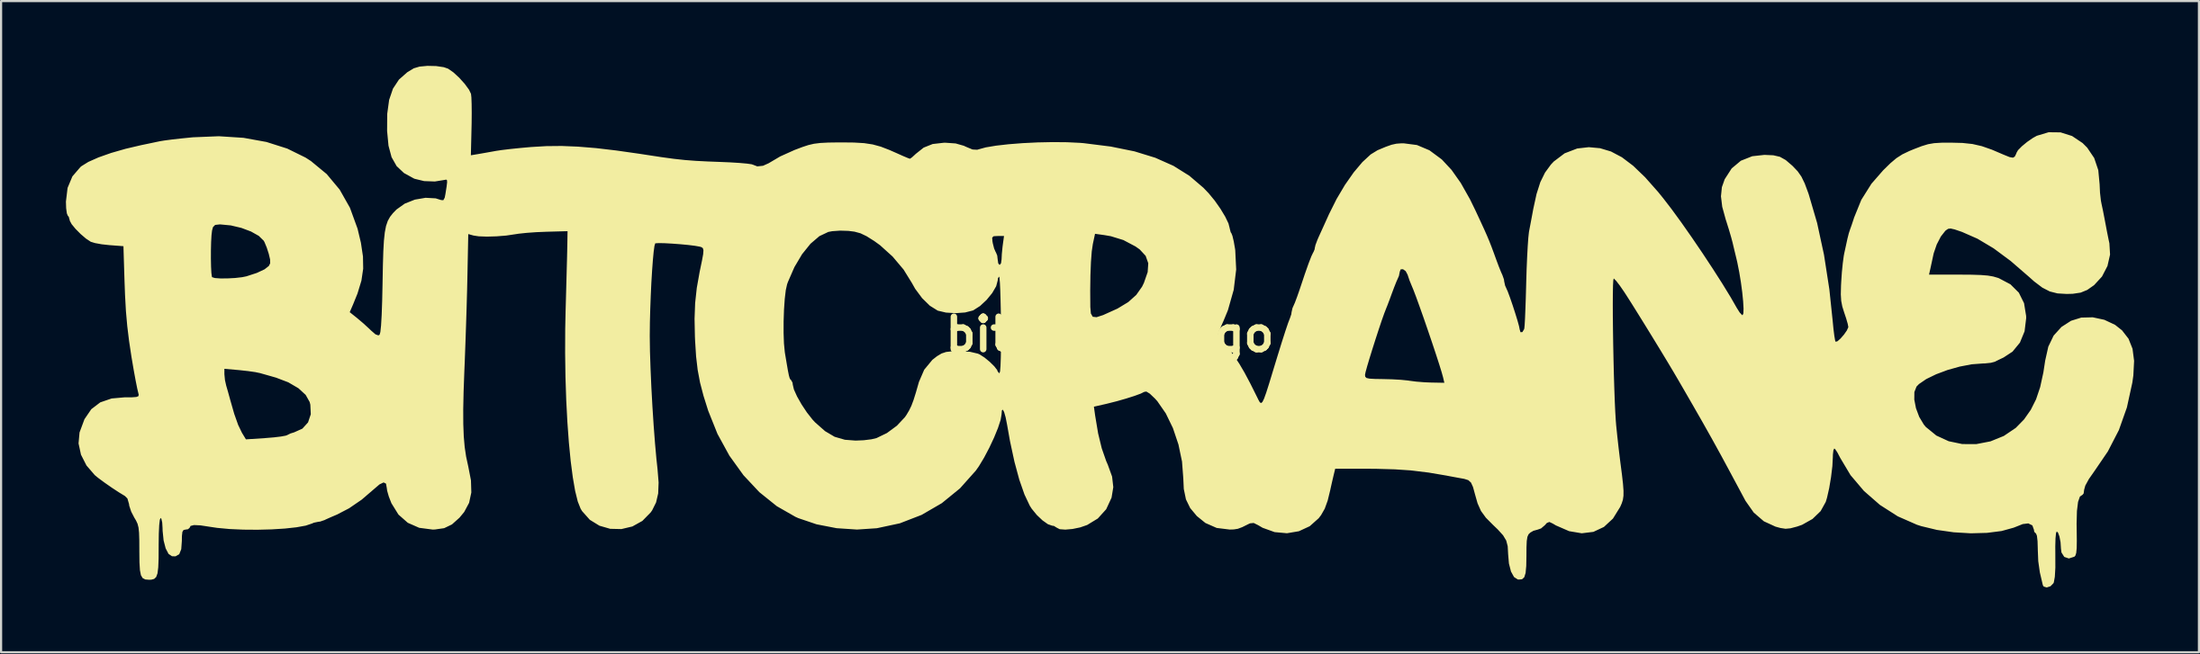
<source format=kicad_pcb>
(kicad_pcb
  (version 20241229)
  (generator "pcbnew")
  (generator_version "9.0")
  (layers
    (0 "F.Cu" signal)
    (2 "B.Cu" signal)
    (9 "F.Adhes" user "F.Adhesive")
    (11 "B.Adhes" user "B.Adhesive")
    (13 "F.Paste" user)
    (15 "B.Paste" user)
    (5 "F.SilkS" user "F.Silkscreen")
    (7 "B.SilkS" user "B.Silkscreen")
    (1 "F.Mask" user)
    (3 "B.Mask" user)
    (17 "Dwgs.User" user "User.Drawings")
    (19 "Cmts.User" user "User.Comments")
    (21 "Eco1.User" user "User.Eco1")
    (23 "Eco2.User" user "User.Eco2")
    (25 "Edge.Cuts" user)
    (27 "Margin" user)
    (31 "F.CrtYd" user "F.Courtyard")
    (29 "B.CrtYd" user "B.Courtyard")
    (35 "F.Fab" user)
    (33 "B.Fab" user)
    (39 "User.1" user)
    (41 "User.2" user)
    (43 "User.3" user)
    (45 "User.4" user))
  (footprint "bitcrane_logo"
    (layer "F.Cu")
    (at 48.293 12.441)
    (property "Reference" "bitcrane_logo" (at 0 0 0) (layer "F.SilkS") (effects (font (size 1.5 1.5) (thickness 0.3))))
    (attr board_only exclude_from_pos_files exclude_from_bom)
    (fp_poly (pts (xy -31.169 -12.432) (xy -30.813 -12.38) (xy -30.614 -12.311) (xy -30.372 -12.143) (xy -30.1 -11.893) (xy -29.843 -11.607) (xy -29.645 -11.336) (xy -29.553 -11.145) (xy -29.535 -10.977) (xy -29.524 -10.67) (xy -29.52 -10.261) (xy -29.524 -9.79) (xy -29.528 -9.61) (xy -29.559 -8.3) (xy -29.201 -8.36) (xy -28.886 -8.415) (xy -28.521 -8.48) (xy -28.396 -8.503) (xy -28.133 -8.542) (xy -27.744 -8.589) (xy -27.279 -8.637) (xy -26.79 -8.681) (xy -26.764 -8.683) (xy -26.067 -8.724) (xy -25.355 -8.731) (xy -24.6 -8.7) (xy -23.77 -8.632) (xy -22.835 -8.522) (xy -21.766 -8.37) (xy -21.42 -8.317) (xy -20.738 -8.213) (xy -20.172 -8.136) (xy -19.666 -8.081) (xy -19.161 -8.042) (xy -18.598 -8.013) (xy -18.066 -7.993) (xy -17.567 -7.972) (xy -17.13 -7.945) (xy -16.786 -7.914) (xy -16.567 -7.883) (xy -16.506 -7.862) (xy -16.31 -7.786) (xy -16.043 -7.814) (xy -15.771 -7.937) (xy -15.755 -7.948) (xy -15.25 -8.246) (xy -14.585 -8.545) (xy -14.22 -8.683) (xy -13.949 -8.772) (xy -13.689 -8.833) (xy -13.394 -8.87) (xy -13.018 -8.889) (xy -12.515 -8.896) (xy -12.432 -8.896) (xy -11.835 -8.89) (xy -11.365 -8.862) (xy -10.97 -8.802) (xy -10.596 -8.7) (xy -10.194 -8.545) (xy -9.856 -8.396) (xy -9.57 -8.268) (xy -9.352 -8.176) (xy -9.25 -8.139) (xy -9.249 -8.139) (xy -9.162 -8.196) (xy -9.008 -8.335) (xy -8.981 -8.362) (xy -8.612 -8.655) (xy -8.196 -8.821) (xy -7.682 -8.88) (xy -7.603 -8.881) (xy -7.132 -8.848) (xy -6.756 -8.741) (xy -6.644 -8.689) (xy -6.351 -8.568) (xy -6.135 -8.556) (xy -6.063 -8.577) (xy -5.737 -8.666) (xy -5.266 -8.745) (xy -4.687 -8.811) (xy -4.033 -8.862) (xy -3.34 -8.896) (xy -2.643 -8.91) (xy -1.976 -8.904) (xy -1.373 -8.875) (xy -1.207 -8.861) (xy 0.044 -8.704) (xy 1.142 -8.481) (xy 2.104 -8.185) (xy 2.946 -7.81) (xy 3.682 -7.349) (xy 4.33 -6.795) (xy 4.572 -6.542) (xy 4.855 -6.198) (xy 5.118 -5.823) (xy 5.338 -5.458) (xy 5.489 -5.144) (xy 5.546 -4.921) (xy 5.546 -4.915) (xy 5.592 -4.737) (xy 5.624 -4.691) (xy 5.673 -4.567) (xy 5.733 -4.315) (xy 5.791 -3.984) (xy 5.802 -3.912) (xy 5.846 -3.01) (xy 5.732 -2.071) (xy 5.464 -1.126) (xy 5.266 -0.644) (xy 5.137 -0.354) (xy 5.045 -0.13) (xy 5.009 -0.019) (xy 5.009 -0.018) (xy 5.062 0.075) (xy 5.202 0.272) (xy 5.405 0.54) (xy 5.524 0.691) (xy 5.763 1.008) (xy 5.992 1.356) (xy 6.233 1.767) (xy 6.502 2.274) (xy 6.818 2.908) (xy 6.878 3.031) (xy 6.939 3.138) (xy 6.996 3.176) (xy 7.059 3.127) (xy 7.135 2.972) (xy 7.235 2.695) (xy 7.368 2.277) (xy 7.492 1.871) (xy 11.806 1.871) (xy 11.818 1.958) (xy 11.876 2.014) (xy 12.014 2.044) (xy 12.265 2.058) (xy 12.633 2.064) (xy 13.057 2.075) (xy 13.464 2.098) (xy 13.786 2.13) (xy 13.863 2.142) (xy 14.174 2.182) (xy 14.566 2.213) (xy 14.871 2.225) (xy 15.476 2.236) (xy 15.419 1.99) (xy 15.352 1.748) (xy 15.236 1.372) (xy 15.082 0.897) (xy 14.903 0.359) (xy 14.71 -0.209) (xy 14.516 -0.772) (xy 14.331 -1.294) (xy 14.169 -1.742) (xy 14.04 -2.08) (xy 13.977 -2.231) (xy 13.865 -2.504) (xy 13.781 -2.753) (xy 13.777 -2.767) (xy 13.689 -2.933) (xy 13.564 -3.023) (xy 13.456 -3.017) (xy 13.415 -2.912) (xy 13.375 -2.712) (xy 13.333 -2.615) (xy 13.26 -2.451) (xy 13.153 -2.182) (xy 13.056 -1.923) (xy 12.941 -1.61) (xy 12.84 -1.344) (xy 12.785 -1.207) (xy 12.698 -0.983) (xy 12.579 -0.648) (xy 12.441 -0.236) (xy 12.293 0.218) (xy 12.147 0.677) (xy 12.014 1.107) (xy 11.905 1.473) (xy 11.832 1.739) (xy 11.806 1.871) (xy 7.492 1.871) (xy 7.503 1.833) (xy 7.748 1.029) (xy 7.954 0.364) (xy 8.12 -0.154) (xy 8.242 -0.517) (xy 8.318 -0.717) (xy 8.327 -0.737) (xy 8.396 -0.939) (xy 8.407 -1.029) (xy 8.45 -1.221) (xy 8.494 -1.32) (xy 8.563 -1.477) (xy 8.666 -1.751) (xy 8.783 -2.086) (xy 8.803 -2.146) (xy 9.018 -2.789) (xy 9.192 -3.283) (xy 9.323 -3.621) (xy 9.407 -3.797) (xy 9.421 -3.816) (xy 9.477 -3.951) (xy 9.48 -3.996) (xy 9.515 -4.146) (xy 9.604 -4.383) (xy 9.652 -4.495) (xy 9.773 -4.761) (xy 9.936 -5.12) (xy 10.109 -5.503) (xy 10.14 -5.572) (xy 10.491 -6.275) (xy 10.877 -6.927) (xy 11.281 -7.505) (xy 11.684 -7.984) (xy 12.068 -8.339) (xy 12.386 -8.534) (xy 12.762 -8.691) (xy 13.033 -8.787) (xy 13.253 -8.836) (xy 13.479 -8.853) (xy 13.594 -8.854) (xy 14.208 -8.775) (xy 14.786 -8.531) (xy 15.347 -8.116) (xy 15.371 -8.094) (xy 15.81 -7.622) (xy 16.236 -7.018) (xy 16.661 -6.265) (xy 16.918 -5.738) (xy 17.148 -5.243) (xy 17.32 -4.869) (xy 17.45 -4.576) (xy 17.557 -4.321) (xy 17.658 -4.063) (xy 17.77 -3.762) (xy 17.886 -3.443) (xy 18.001 -3.135) (xy 18.105 -2.879) (xy 18.163 -2.751) (xy 18.234 -2.55) (xy 18.245 -2.46) (xy 18.287 -2.267) (xy 18.331 -2.168) (xy 18.408 -1.995) (xy 18.514 -1.709) (xy 18.635 -1.358) (xy 18.755 -0.987) (xy 18.86 -0.646) (xy 18.933 -0.379) (xy 18.961 -0.235) (xy 19 -0.105) (xy 19.086 -0.112) (xy 19.165 -0.243) (xy 19.177 -0.291) (xy 19.191 -0.438) (xy 19.208 -0.734) (xy 19.225 -1.15) (xy 19.243 -1.656) (xy 19.259 -2.222) (xy 19.264 -2.415) (xy 19.282 -3.015) (xy 19.306 -3.582) (xy 19.333 -4.083) (xy 19.361 -4.482) (xy 19.39 -4.745) (xy 19.397 -4.785) (xy 19.462 -5.126) (xy 19.539 -5.536) (xy 19.59 -5.813) (xy 19.741 -6.506) (xy 19.916 -7.055) (xy 20.133 -7.497) (xy 20.405 -7.869) (xy 20.538 -8.011) (xy 21.04 -8.39) (xy 21.622 -8.614) (xy 22.159 -8.675) (xy 22.681 -8.627) (xy 23.186 -8.475) (xy 23.691 -8.208) (xy 24.211 -7.814) (xy 24.764 -7.282) (xy 25.365 -6.602) (xy 25.602 -6.31) (xy 25.99 -5.806) (xy 26.438 -5.191) (xy 26.921 -4.501) (xy 27.416 -3.773) (xy 27.897 -3.043) (xy 28.342 -2.347) (xy 28.724 -1.722) (xy 29.006 -1.23) (xy 29.137 -1.023) (xy 29.246 -0.905) (xy 29.272 -0.894) (xy 29.31 -0.977) (xy 29.318 -1.202) (xy 29.299 -1.538) (xy 29.258 -1.951) (xy 29.197 -2.409) (xy 29.12 -2.88) (xy 29.031 -3.33) (xy 28.984 -3.533) (xy 28.901 -3.875) (xy 28.818 -4.225) (xy 28.813 -4.248) (xy 28.744 -4.507) (xy 28.639 -4.865) (xy 28.517 -5.253) (xy 28.495 -5.32) (xy 28.332 -5.913) (xy 28.273 -6.4) (xy 28.316 -6.823) (xy 28.445 -7.189) (xy 28.768 -7.691) (xy 29.193 -8.047) (xy 29.72 -8.256) (xy 30.283 -8.318) (xy 30.695 -8.3) (xy 31 -8.23) (xy 31.269 -8.079) (xy 31.572 -7.819) (xy 31.599 -7.793) (xy 31.823 -7.557) (xy 31.996 -7.309) (xy 32.148 -6.996) (xy 32.307 -6.568) (xy 32.336 -6.484) (xy 32.722 -5.163) (xy 33.04 -3.692) (xy 33.288 -2.089) (xy 33.44 -0.644) (xy 33.478 -0.255) (xy 33.518 0.065) (xy 33.555 0.275) (xy 33.577 0.336) (xy 33.663 0.313) (xy 33.805 0.187) (xy 33.963 0.006) (xy 34.095 -0.183) (xy 34.163 -0.332) (xy 34.165 -0.352) (xy 34.136 -0.5) (xy 34.062 -0.755) (xy 33.976 -1.011) (xy 33.887 -1.294) (xy 33.836 -1.557) (xy 33.818 -1.859) (xy 33.827 -2.258) (xy 33.837 -2.448) (xy 33.867 -2.885) (xy 33.909 -3.303) (xy 33.954 -3.638) (xy 33.976 -3.756) (xy 34.045 -4.071) (xy 34.108 -4.361) (xy 34.122 -4.427) (xy 34.187 -4.686) (xy 34.249 -4.874) (xy 34.321 -5.075) (xy 34.411 -5.346) (xy 34.431 -5.411) (xy 34.766 -6.236) (xy 35.234 -6.981) (xy 35.775 -7.602) (xy 36.113 -7.933) (xy 36.39 -8.167) (xy 36.664 -8.342) (xy 36.989 -8.498) (xy 37.198 -8.584) (xy 37.56 -8.723) (xy 37.851 -8.812) (xy 38.133 -8.861) (xy 38.471 -8.882) (xy 38.898 -8.885) (xy 39.446 -8.871) (xy 39.907 -8.822) (xy 40.34 -8.723) (xy 40.807 -8.56) (xy 41.356 -8.325) (xy 41.625 -8.216) (xy 41.781 -8.188) (xy 41.863 -8.237) (xy 41.869 -8.245) (xy 41.936 -8.379) (xy 41.944 -8.412) (xy 42.016 -8.537) (xy 42.195 -8.718) (xy 42.437 -8.918) (xy 42.699 -9.099) (xy 42.886 -9.203) (xy 43.432 -9.367) (xy 43.984 -9.361) (xy 44.517 -9.192) (xy 45.005 -8.865) (xy 45.216 -8.653) (xy 45.54 -8.173) (xy 45.729 -7.613) (xy 45.792 -6.945) (xy 45.792 -6.931) (xy 45.809 -6.565) (xy 45.851 -6.199) (xy 45.877 -6.061) (xy 45.943 -5.751) (xy 46.017 -5.371) (xy 46.06 -5.143) (xy 46.13 -4.772) (xy 46.204 -4.405) (xy 46.243 -4.223) (xy 46.274 -3.702) (xy 46.154 -3.173) (xy 45.901 -2.684) (xy 45.533 -2.284) (xy 45.528 -2.281) (xy 45.217 -2.063) (xy 44.913 -1.939) (xy 44.546 -1.885) (xy 44.264 -1.878) (xy 43.841 -1.903) (xy 43.483 -1.994) (xy 43.14 -2.171) (xy 42.764 -2.456) (xy 42.523 -2.671) (xy 41.673 -3.407) (xy 40.884 -3.992) (xy 40.139 -4.436) (xy 39.425 -4.75) (xy 39.385 -4.764) (xy 39.084 -4.866) (xy 38.9 -4.908) (xy 38.783 -4.894) (xy 38.682 -4.826) (xy 38.649 -4.797) (xy 38.445 -4.537) (xy 38.255 -4.169) (xy 38.116 -3.764) (xy 38.094 -3.667) (xy 38.027 -3.353) (xy 37.964 -3.063) (xy 37.899 -2.773) (xy 39.295 -2.773) (xy 39.868 -2.769) (xy 40.298 -2.755) (xy 40.62 -2.729) (xy 40.869 -2.686) (xy 41.082 -2.624) (xy 41.131 -2.606) (xy 41.665 -2.324) (xy 42.053 -1.938) (xy 42.295 -1.45) (xy 42.391 -0.858) (xy 42.393 -0.754) (xy 42.319 -0.147) (xy 42.104 0.376) (xy 41.761 0.794) (xy 41.348 1.065) (xy 41.113 1.177) (xy 40.941 1.263) (xy 40.758 1.311) (xy 40.485 1.339) (xy 40.383 1.342) (xy 39.875 1.38) (xy 39.319 1.486) (xy 38.756 1.644) (xy 38.227 1.842) (xy 37.773 2.063) (xy 37.435 2.294) (xy 37.32 2.412) (xy 37.221 2.665) (xy 37.217 3.015) (xy 37.295 3.414) (xy 37.445 3.815) (xy 37.657 4.169) (xy 37.752 4.283) (xy 38.238 4.68) (xy 38.81 4.943) (xy 39.437 5.074) (xy 40.091 5.075) (xy 40.742 4.949) (xy 41.359 4.698) (xy 41.912 4.325) (xy 42.294 3.934) (xy 42.606 3.489) (xy 42.85 3.003) (xy 43.04 2.439) (xy 43.188 1.76) (xy 43.273 1.207) (xy 43.417 0.563) (xy 43.663 0.051) (xy 44.026 -0.35) (xy 44.468 -0.635) (xy 44.942 -0.783) (xy 45.472 -0.796) (xy 46.009 -0.681) (xy 46.503 -0.449) (xy 46.827 -0.193) (xy 47.128 0.195) (xy 47.313 0.659) (xy 47.386 1.22) (xy 47.351 1.898) (xy 47.305 2.226) (xy 47.053 3.379) (xy 46.682 4.427) (xy 46.172 5.415) (xy 45.559 6.315) (xy 45.295 6.693) (xy 45.129 6.996) (xy 45.076 7.187) (xy 45.052 7.361) (xy 45.001 7.423) (xy 44.879 7.506) (xy 44.793 7.754) (xy 44.742 8.172) (xy 44.726 8.761) (xy 44.73 9.057) (xy 44.736 9.551) (xy 44.73 9.894) (xy 44.709 10.115) (xy 44.67 10.239) (xy 44.624 10.29) (xy 44.367 10.373) (xy 44.155 10.3) (xy 44.025 10.093) (xy 44.003 9.921) (xy 43.983 9.619) (xy 43.932 9.352) (xy 43.863 9.17) (xy 43.806 9.123) (xy 43.773 9.207) (xy 43.75 9.445) (xy 43.74 9.808) (xy 43.742 10.22) (xy 43.743 10.799) (xy 43.719 11.22) (xy 43.673 11.476) (xy 43.656 11.517) (xy 43.518 11.659) (xy 43.344 11.715) (xy 43.202 11.672) (xy 43.163 11.604) (xy 43.026 11.018) (xy 42.952 10.498) (xy 42.93 9.953) (xy 42.93 9.926) (xy 42.919 9.572) (xy 42.891 9.324) (xy 42.848 9.214) (xy 42.84 9.212) (xy 42.767 9.137) (xy 42.751 9.038) (xy 42.679 8.841) (xy 42.492 8.748) (xy 42.237 8.779) (xy 42.22 8.785) (xy 41.975 8.883) (xy 41.812 8.947) (xy 41.256 9.101) (xy 40.58 9.187) (xy 39.827 9.207) (xy 39.04 9.16) (xy 38.264 9.05) (xy 37.542 8.876) (xy 37.34 8.811) (xy 36.453 8.421) (xy 35.626 7.891) (xy 34.888 7.246) (xy 34.266 6.512) (xy 33.79 5.713) (xy 33.785 5.703) (xy 33.66 5.465) (xy 33.557 5.311) (xy 33.516 5.278) (xy 33.476 5.357) (xy 33.452 5.559) (xy 33.449 5.678) (xy 33.427 6.1) (xy 33.366 6.604) (xy 33.28 7.116) (xy 33.179 7.562) (xy 33.121 7.753) (xy 32.885 8.179) (xy 32.508 8.543) (xy 32.026 8.814) (xy 31.798 8.894) (xy 31.49 8.975) (xy 31.262 8.997) (xy 31.025 8.961) (xy 30.795 8.898) (xy 30.258 8.651) (xy 29.79 8.247) (xy 29.409 7.705) (xy 29.402 7.692) (xy 29.263 7.433) (xy 29.072 7.075) (xy 28.859 6.679) (xy 28.755 6.484) (xy 28.289 5.619) (xy 27.861 4.841) (xy 27.432 4.078) (xy 26.962 3.256) (xy 26.941 3.22) (xy 26.723 2.842) (xy 26.522 2.494) (xy 26.365 2.223) (xy 26.295 2.102) (xy 26.079 1.734) (xy 25.797 1.262) (xy 25.47 0.721) (xy 25.118 0.145) (xy 24.763 -0.433) (xy 24.425 -0.978) (xy 24.126 -1.457) (xy 23.885 -1.835) (xy 23.785 -1.988) (xy 23.591 -2.269) (xy 23.428 -2.48) (xy 23.325 -2.586) (xy 23.311 -2.592) (xy 23.292 -2.507) (xy 23.279 -2.266) (xy 23.272 -1.894) (xy 23.269 -1.412) (xy 23.271 -0.844) (xy 23.278 -0.214) (xy 23.288 0.455) (xy 23.302 1.14) (xy 23.318 1.818) (xy 23.338 2.466) (xy 23.359 3.059) (xy 23.383 3.576) (xy 23.408 3.992) (xy 23.425 4.204) (xy 23.477 4.706) (xy 23.537 5.246) (xy 23.596 5.736) (xy 23.617 5.903) (xy 23.692 6.482) (xy 23.741 6.915) (xy 23.765 7.234) (xy 23.763 7.471) (xy 23.736 7.657) (xy 23.682 7.823) (xy 23.611 7.985) (xy 23.276 8.526) (xy 22.859 8.912) (xy 22.373 9.14) (xy 21.832 9.206) (xy 21.249 9.108) (xy 20.636 8.841) (xy 20.498 8.759) (xy 20.337 8.682) (xy 20.221 8.726) (xy 20.125 8.832) (xy 19.951 8.981) (xy 19.796 9.036) (xy 19.597 9.091) (xy 19.452 9.174) (xy 19.371 9.254) (xy 19.319 9.371) (xy 19.289 9.561) (xy 19.276 9.861) (xy 19.274 10.24) (xy 19.265 10.719) (xy 19.235 11.045) (xy 19.173 11.242) (xy 19.071 11.335) (xy 18.919 11.349) (xy 18.873 11.344) (xy 18.699 11.232) (xy 18.559 10.976) (xy 18.464 10.606) (xy 18.426 10.157) (xy 18.425 10.127) (xy 18.407 9.803) (xy 18.339 9.543) (xy 18.194 9.301) (xy 17.947 9.028) (xy 17.733 8.823) (xy 17.397 8.484) (xy 17.171 8.173) (xy 17.014 7.821) (xy 16.896 7.407) (xy 16.803 7.065) (xy 16.709 6.858) (xy 16.584 6.745) (xy 16.396 6.686) (xy 16.341 6.676) (xy 16.085 6.63) (xy 15.749 6.568) (xy 15.562 6.532) (xy 14.754 6.395) (xy 13.986 6.301) (xy 13.194 6.245) (xy 12.312 6.22) (xy 11.988 6.218) (xy 10.427 6.216) (xy 10.351 6.529) (xy 10.279 6.837) (xy 10.205 7.169) (xy 10.199 7.2) (xy 10.078 7.695) (xy 9.944 8.065) (xy 9.775 8.362) (xy 9.664 8.508) (xy 9.249 8.878) (xy 8.748 9.111) (xy 8.195 9.204) (xy 7.625 9.152) (xy 7.07 8.952) (xy 6.861 8.83) (xy 6.658 8.729) (xy 6.488 8.745) (xy 6.418 8.777) (xy 6.128 8.921) (xy 5.923 8.998) (xy 5.732 9.028) (xy 5.545 9.033) (xy 4.944 8.959) (xy 4.422 8.729) (xy 4.025 8.407) (xy 3.718 8.038) (xy 3.522 7.636) (xy 3.422 7.153) (xy 3.399 6.659) (xy 3.34 5.882) (xy 3.175 5.093) (xy 2.92 4.335) (xy 2.589 3.653) (xy 2.198 3.089) (xy 2.088 2.967) (xy 1.849 2.739) (xy 1.69 2.642) (xy 1.59 2.658) (xy 1.432 2.737) (xy 1.141 2.844) (xy 0.758 2.966) (xy 0.324 3.09) (xy -0.119 3.202) (xy -0.212 3.224) (xy -0.736 3.343) (xy -0.679 3.751) (xy -0.541 4.579) (xy -0.374 5.269) (xy -0.169 5.857) (xy -0.092 6.034) (xy 0.105 6.579) (xy 0.161 7.069) (xy 0.081 7.554) (xy 0.08 7.558) (xy -0.167 8.092) (xy -0.556 8.522) (xy -1.048 8.822) (xy -1.373 8.934) (xy -1.726 9.007) (xy -2.057 9.036) (xy -2.318 9.017) (xy -2.459 8.945) (xy -2.46 8.944) (xy -2.587 8.865) (xy -2.668 8.854) (xy -2.864 8.786) (xy -3.116 8.607) (xy -3.38 8.356) (xy -3.612 8.071) (xy -3.702 7.931) (xy -3.949 7.408) (xy -4.188 6.723) (xy -4.412 5.894) (xy -4.618 4.937) (xy -4.752 4.181) (xy -4.82 3.836) (xy -4.888 3.598) (xy -4.948 3.483) (xy -4.992 3.51) (xy -5.008 3.694) (xy -5.008 3.7) (xy -5.053 3.961) (xy -5.175 4.333) (xy -5.355 4.774) (xy -5.574 5.242) (xy -5.814 5.698) (xy -6.055 6.099) (xy -6.2 6.305) (xy -6.932 7.126) (xy -7.773 7.812) (xy -8.706 8.354) (xy -9.713 8.744) (xy -10.777 8.972) (xy -11.695 9.033) (xy -12.641 8.97) (xy -13.567 8.79) (xy -14.409 8.505) (xy -14.545 8.444) (xy -15.406 7.951) (xy -16.213 7.302) (xy -16.949 6.516) (xy -17.6 5.611) (xy -18.15 4.605) (xy -18.579 3.533) (xy -18.798 2.837) (xy -18.957 2.227) (xy -19.067 1.641) (xy -19.14 1.016) (xy -19.186 0.29) (xy -19.194 0.108) (xy -19.198 -0.073) (xy -15.092 -0.073) (xy -15.075 0.413) (xy -15.037 0.805) (xy -15.031 0.85) (xy -14.95 1.333) (xy -14.892 1.669) (xy -14.849 1.885) (xy -14.815 2.011) (xy -14.783 2.076) (xy -14.748 2.108) (xy -14.747 2.108) (xy -14.679 2.229) (xy -14.668 2.318) (xy -14.614 2.548) (xy -14.469 2.869) (xy -14.26 3.238) (xy -14.014 3.609) (xy -13.755 3.939) (xy -13.632 4.071) (xy -13.173 4.476) (xy -12.731 4.737) (xy -12.256 4.875) (xy -11.761 4.913) (xy -11.385 4.897) (xy -11.028 4.853) (xy -10.796 4.798) (xy -10.31 4.563) (xy -9.849 4.223) (xy -9.482 3.831) (xy -9.407 3.723) (xy -9.284 3.515) (xy -9.18 3.3) (xy -9.081 3.037) (xy -8.97 2.683) (xy -8.831 2.198) (xy -8.829 2.191) (xy -8.587 1.631) (xy -8.21 1.174) (xy -7.993 1.004) (xy -7.784 0.879) (xy -7.573 0.809) (xy -7.299 0.779) (xy -6.979 0.773) (xy -6.467 0.801) (xy -6.103 0.887) (xy -6.012 0.928) (xy -5.79 1.072) (xy -5.553 1.268) (xy -5.345 1.473) (xy -5.212 1.644) (xy -5.187 1.713) (xy -5.12 1.787) (xy -5.103 1.789) (xy -5.077 1.702) (xy -5.057 1.451) (xy -5.043 1.053) (xy -5.035 0.521) (xy -5.034 -0.128) (xy -5.036 -0.447) (xy -5.043 -1.058) (xy -5.055 -1.606) (xy -5.068 -2.032) (xy -0.907 -2.032) (xy -0.902 -1.274) (xy -0.876 -0.973) (xy -0.789 -0.821) (xy -0.613 -0.802) (xy -0.317 -0.897) (xy -0.295 -0.906) (xy 0.356 -1.2) (xy 0.854 -1.502) (xy 1.223 -1.833) (xy 1.491 -2.213) (xy 1.577 -2.389) (xy 1.751 -2.889) (xy 1.779 -3.299) (xy 1.658 -3.642) (xy 1.382 -3.94) (xy 1.188 -4.077) (xy 0.627 -4.374) (xy 0.047 -4.552) (xy -0.263 -4.605) (xy -0.684 -4.663) (xy -0.786 -4.187) (xy -0.836 -3.846) (xy -0.873 -3.355) (xy -0.897 -2.741) (xy -0.907 -2.032) (xy -5.068 -2.032) (xy -5.069 -2.066) (xy -5.086 -2.414) (xy -5.105 -2.627) (xy -5.12 -2.683) (xy -5.175 -2.608) (xy -5.187 -2.503) (xy -5.257 -2.236) (xy -5.441 -1.919) (xy -5.703 -1.599) (xy -6.004 -1.319) (xy -6.308 -1.125) (xy -6.339 -1.111) (xy -6.694 -1.02) (xy -7.135 -0.988) (xy -7.58 -1.015) (xy -7.946 -1.101) (xy -7.971 -1.111) (xy -8.326 -1.333) (xy -8.684 -1.684) (xy -9.006 -2.118) (xy -9.156 -2.385) (xy -9.541 -3.007) (xy -10.049 -3.61) (xy -10.63 -4.135) (xy -10.9 -4.33) (xy -11.151 -4.488) (xy -5.442 -4.488) (xy -5.43 -4.318) (xy -5.414 -4.226) (xy -5.353 -3.985) (xy -5.282 -3.821) (xy -5.27 -3.806) (xy -5.209 -3.659) (xy -5.187 -3.47) (xy -5.16 -3.29) (xy -5.098 -3.22) (xy -5.034 -3.297) (xy -5.008 -3.476) (xy -4.996 -3.726) (xy -4.965 -4.043) (xy -4.952 -4.146) (xy -4.895 -4.561) (xy -5.185 -4.561) (xy -5.372 -4.552) (xy -5.442 -4.488) (xy -11.151 -4.488) (xy -11.253 -4.552) (xy -11.534 -4.687) (xy -11.81 -4.762) (xy -12.09 -4.798) (xy -12.474 -4.81) (xy -12.842 -4.784) (xy -13.023 -4.75) (xy -13.437 -4.554) (xy -13.848 -4.202) (xy -14.238 -3.717) (xy -14.592 -3.12) (xy -14.89 -2.436) (xy -14.93 -2.325) (xy -14.991 -2.05) (xy -15.039 -1.642) (xy -15.073 -1.146) (xy -15.091 -0.608) (xy -15.092 -0.073) (xy -19.198 -0.073) (xy -19.211 -0.728) (xy -19.184 -1.459) (xy -19.108 -2.156) (xy -18.978 -2.889) (xy -18.956 -2.996) (xy -18.866 -3.43) (xy -18.813 -3.721) (xy -18.8 -3.899) (xy -18.826 -3.997) (xy -18.892 -4.045) (xy -18.974 -4.069) (xy -19.19 -4.107) (xy -19.505 -4.146) (xy -19.875 -4.181) (xy -20.255 -4.209) (xy -20.602 -4.228) (xy -20.871 -4.233) (xy -21.018 -4.223) (xy -21.032 -4.217) (xy -21.066 -4.099) (xy -21.103 -3.83) (xy -21.14 -3.437) (xy -21.176 -2.946) (xy -21.21 -2.386) (xy -21.238 -1.783) (xy -21.261 -1.166) (xy -21.277 -0.56) (xy -21.283 0.006) (xy -21.283 0.114) (xy -21.274 0.777) (xy -21.248 1.562) (xy -21.21 2.424) (xy -21.161 3.318) (xy -21.104 4.202) (xy -21.041 5.029) (xy -20.976 5.755) (xy -20.926 6.216) (xy -20.874 6.853) (xy -20.894 7.361) (xy -20.991 7.777) (xy -21.171 8.14) (xy -21.24 8.239) (xy -21.625 8.633) (xy -22.087 8.89) (xy -22.595 9.011) (xy -23.114 8.999) (xy -23.612 8.855) (xy -24.056 8.582) (xy -24.414 8.18) (xy -24.484 8.064) (xy -24.614 7.735) (xy -24.735 7.245) (xy -24.844 6.613) (xy -24.942 5.858) (xy -25.026 4.997) (xy -25.095 4.049) (xy -25.148 3.031) (xy -25.183 1.963) (xy -25.199 0.863) (xy -25.195 -0.252) (xy -25.178 -1.058) (xy -25.159 -1.743) (xy -25.141 -2.403) (xy -25.125 -3.007) (xy -25.111 -3.523) (xy -25.102 -3.921) (xy -25.097 -4.159) (xy -25.087 -4.785) (xy -26.071 -4.758) (xy -26.53 -4.739) (xy -26.977 -4.707) (xy -27.347 -4.668) (xy -27.517 -4.642) (xy -27.92 -4.582) (xy -28.372 -4.546) (xy -28.818 -4.533) (xy -29.198 -4.547) (xy -29.441 -4.584) (xy -29.68 -4.651) (xy -29.719 -2.706) (xy -29.734 -2.045) (xy -29.756 -1.261) (xy -29.783 -0.407) (xy -29.813 0.462) (xy -29.844 1.291) (xy -29.861 1.699) (xy -29.896 2.661) (xy -29.913 3.468) (xy -29.91 4.147) (xy -29.888 4.722) (xy -29.845 5.216) (xy -29.779 5.655) (xy -29.691 6.063) (xy -29.686 6.082) (xy -29.555 6.755) (xy -29.538 7.316) (xy -29.641 7.795) (xy -29.868 8.22) (xy -30.084 8.482) (xy -30.435 8.796) (xy -30.794 8.969) (xy -31.227 9.031) (xy -31.332 9.033) (xy -31.948 8.953) (xy -32.478 8.72) (xy -32.91 8.339) (xy -33.232 7.819) (xy -33.239 7.804) (xy -33.356 7.503) (xy -33.432 7.237) (xy -33.449 7.113) (xy -33.485 6.907) (xy -33.596 6.851) (xy -33.789 6.944) (xy -34.062 7.178) (xy -34.609 7.648) (xy -35.196 8.05) (xy -35.76 8.343) (xy -35.776 8.349) (xy -36.048 8.465) (xy -36.271 8.565) (xy -36.332 8.595) (xy -36.535 8.664) (xy -36.624 8.675) (xy -36.819 8.715) (xy -36.916 8.756) (xy -37.199 8.851) (xy -37.625 8.928) (xy -38.162 8.987) (xy -38.773 9.025) (xy -39.427 9.042) (xy -40.087 9.037) (xy -40.721 9.009) (xy -41.293 8.956) (xy -41.624 8.907) (xy -42.071 8.839) (xy -42.366 8.825) (xy -42.526 8.865) (xy -42.572 8.953) (xy -42.647 9.018) (xy -42.751 9.033) (xy -42.851 9.053) (xy -42.905 9.141) (xy -42.927 9.337) (xy -42.93 9.559) (xy -42.958 9.943) (xy -43.051 10.175) (xy -43.22 10.272) (xy -43.385 10.27) (xy -43.546 10.161) (xy -43.679 9.906) (xy -43.774 9.539) (xy -43.82 9.091) (xy -43.823 8.966) (xy -43.839 8.704) (xy -43.879 8.533) (xy -43.913 8.496) (xy -43.95 8.583) (xy -43.978 8.833) (xy -43.996 9.231) (xy -44.003 9.76) (xy -44.003 9.82) (xy -44.006 10.379) (xy -44.022 10.784) (xy -44.056 11.06) (xy -44.117 11.23) (xy -44.211 11.32) (xy -44.345 11.355) (xy -44.45 11.358) (xy -44.622 11.344) (xy -44.743 11.282) (xy -44.823 11.148) (xy -44.869 10.914) (xy -44.891 10.557) (xy -44.897 10.048) (xy -44.897 9.997) (xy -44.899 9.519) (xy -44.91 9.18) (xy -44.935 8.941) (xy -44.98 8.765) (xy -45.052 8.611) (xy -45.129 8.483) (xy -45.273 8.204) (xy -45.363 7.932) (xy -45.375 7.846) (xy -45.449 7.594) (xy -45.566 7.478) (xy -45.84 7.311) (xy -46.175 7.091) (xy -46.513 6.855) (xy -46.801 6.642) (xy -46.958 6.513) (xy -47.342 6.067) (xy -47.597 5.565) (xy -47.709 5.044) (xy -47.664 4.541) (xy -47.663 4.535) (xy -47.435 3.921) (xy -47.119 3.459) (xy -46.705 3.143) (xy -46.18 2.963) (xy -45.585 2.91) (xy -45.236 2.908) (xy -45.033 2.893) (xy -44.94 2.856) (xy -44.926 2.788) (xy -44.94 2.73) (xy -44.995 2.498) (xy -45.07 2.123) (xy -45.158 1.642) (xy -45.167 1.589) (xy -40.962 1.589) (xy -40.962 1.839) (xy -40.935 2.114) (xy -40.879 2.364) (xy -40.799 2.639) (xy -40.712 2.954) (xy -40.701 2.996) (xy -40.507 3.675) (xy -40.325 4.188) (xy -40.153 4.546) (xy -40.145 4.56) (xy -39.965 4.856) (xy -39.062 4.796) (xy -38.672 4.764) (xy -38.346 4.725) (xy -38.127 4.685) (xy -38.063 4.662) (xy -37.906 4.584) (xy -37.734 4.531) (xy -37.353 4.359) (xy -37.092 4.071) (xy -36.965 3.693) (xy -36.986 3.251) (xy -37.017 3.126) (xy -37.202 2.797) (xy -37.54 2.487) (xy -38.005 2.215) (xy -38.571 1.999) (xy -38.637 1.98) (xy -38.949 1.891) (xy -39.238 1.809) (xy -39.307 1.789) (xy -39.528 1.743) (xy -39.86 1.695) (xy -40.233 1.654) (xy -40.269 1.65) (xy -40.962 1.589) (xy -45.167 1.589) (xy -45.252 1.088) (xy -45.262 1.029) (xy -45.373 0.291) (xy -45.456 -0.39) (xy -45.517 -1.078) (xy -45.559 -1.834) (xy -45.584 -2.514) (xy -45.615 -3.512) (xy -41.586 -3.512) (xy -41.579 -3.148) (xy -41.564 -2.856) (xy -41.541 -2.682) (xy -41.528 -2.653) (xy -41.398 -2.614) (xy -41.143 -2.596) (xy -40.813 -2.598) (xy -40.463 -2.617) (xy -40.142 -2.654) (xy -39.944 -2.694) (xy -39.462 -2.851) (xy -39.103 -3.019) (xy -38.906 -3.174) (xy -38.844 -3.296) (xy -38.848 -3.475) (xy -38.909 -3.735) (xy -39.003 -4.027) (xy -39.105 -4.273) (xy -39.143 -4.343) (xy -39.37 -4.566) (xy -39.73 -4.769) (xy -40.177 -4.937) (xy -40.666 -5.052) (xy -41.152 -5.098) (xy -41.179 -5.098) (xy -41.389 -5.075) (xy -41.49 -4.973) (xy -41.532 -4.818) (xy -41.558 -4.602) (xy -41.576 -4.282) (xy -41.585 -3.905) (xy -41.586 -3.512) (xy -45.615 -3.512) (xy -45.632 -4.09) (xy -46.285 -4.139) (xy -46.64 -4.178) (xy -46.948 -4.234) (xy -47.144 -4.294) (xy -47.147 -4.296) (xy -47.367 -4.442) (xy -47.614 -4.654) (xy -47.848 -4.89) (xy -48.029 -5.11) (xy -48.115 -5.271) (xy -48.117 -5.29) (xy -48.163 -5.453) (xy -48.206 -5.5) (xy -48.251 -5.612) (xy -48.283 -5.85) (xy -48.293 -6.154) (xy -48.217 -6.789) (xy -47.994 -7.322) (xy -47.624 -7.754) (xy -47.577 -7.794) (xy -47.256 -7.993) (xy -46.788 -8.201) (xy -46.204 -8.407) (xy -45.533 -8.6) (xy -44.808 -8.77) (xy -44.452 -8.844) (xy -44.101 -8.918) (xy -43.958 -8.948) (xy -43.733 -8.985) (xy -43.376 -9.032) (xy -42.936 -9.081) (xy -42.459 -9.129) (xy -42.416 -9.133) (xy -41.218 -9.182) (xy -40.078 -9.108) (xy -39.015 -8.916) (xy -38.051 -8.609) (xy -37.205 -8.192) (xy -36.959 -8.033) (xy -36.229 -7.43) (xy -35.629 -6.71) (xy -35.154 -5.87) (xy -34.802 -4.903) (xy -34.646 -4.248) (xy -34.551 -3.613) (xy -34.541 -3.047) (xy -34.623 -2.494) (xy -34.804 -1.898) (xy -35.01 -1.389) (xy -35.164 -1.034) (xy -34.825 -0.763) (xy -34.538 -0.52) (xy -34.247 -0.253) (xy -34.184 -0.191) (xy -33.974 -0.008) (xy -33.839 0.041) (xy -33.782 0.011) (xy -33.746 -0.117) (xy -33.714 -0.421) (xy -33.686 -0.9) (xy -33.663 -1.552) (xy -33.645 -2.373) (xy -33.644 -2.434) (xy -33.629 -3.219) (xy -33.61 -3.848) (xy -33.582 -4.343) (xy -33.541 -4.729) (xy -33.484 -5.026) (xy -33.404 -5.259) (xy -33.299 -5.449) (xy -33.164 -5.62) (xy -33 -5.789) (xy -32.618 -6.061) (xy -32.151 -6.246) (xy -31.655 -6.331) (xy -31.187 -6.305) (xy -30.935 -6.226) (xy -30.834 -6.219) (xy -30.77 -6.335) (xy -30.737 -6.502) (xy -30.682 -6.85) (xy -30.658 -7.055) (xy -30.666 -7.151) (xy -30.708 -7.174) (xy -30.766 -7.16) (xy -31.226 -7.086) (xy -31.721 -7.104) (xy -32.159 -7.21) (xy -32.197 -7.226) (xy -32.655 -7.478) (xy -32.994 -7.798) (xy -33.228 -8.212) (xy -33.37 -8.743) (xy -33.434 -9.416) (xy -33.435 -9.436) (xy -33.429 -10.221) (xy -33.341 -10.864) (xy -33.164 -11.385) (xy -32.887 -11.805) (xy -32.501 -12.146) (xy -32.2 -12.328) (xy -31.934 -12.407) (xy -31.567 -12.441)) (stroke (width 0) (type solid)) (fill yes) (layer "F.SilkS")))
  (gr_rect
    (start -3 -3)
    (end 98.679 27.156)
    (stroke (width 0.1) (type default))
    (fill no)
    (layer "Edge.Cuts")))
</source>
